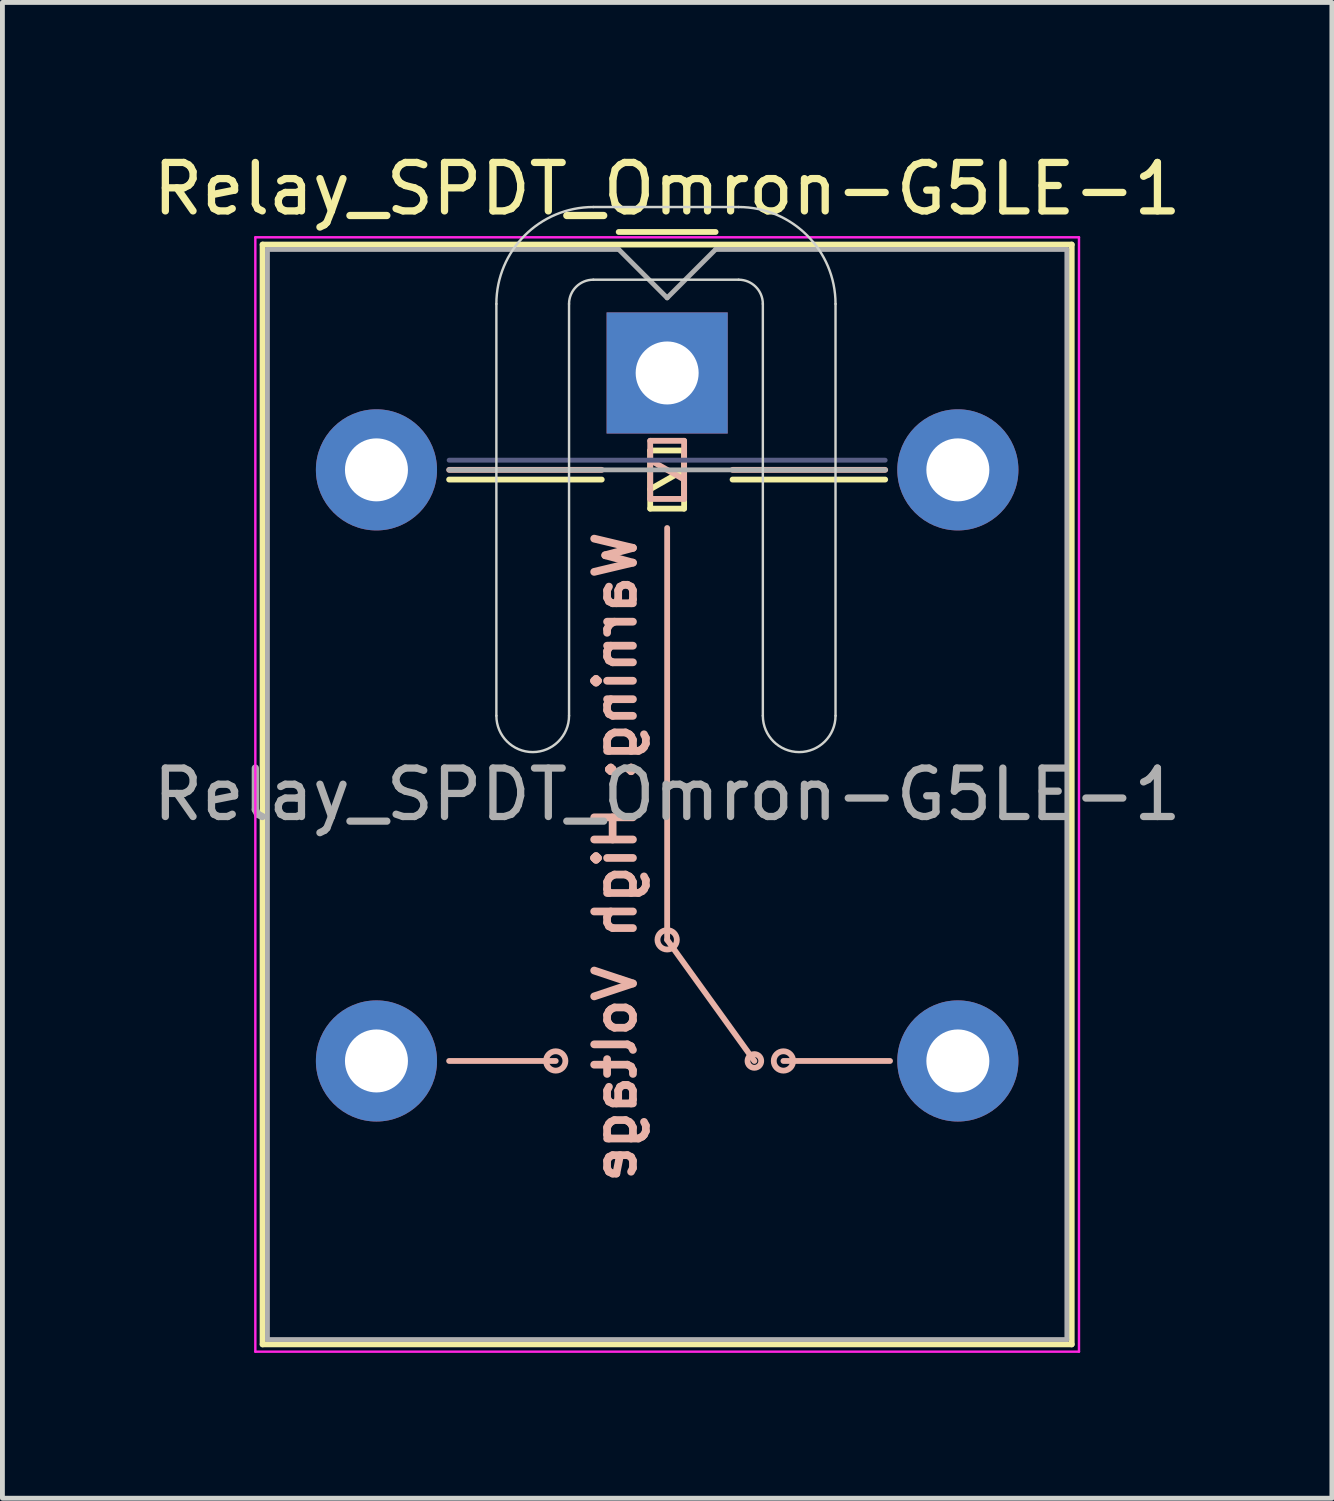
<source format=kicad_pcb>
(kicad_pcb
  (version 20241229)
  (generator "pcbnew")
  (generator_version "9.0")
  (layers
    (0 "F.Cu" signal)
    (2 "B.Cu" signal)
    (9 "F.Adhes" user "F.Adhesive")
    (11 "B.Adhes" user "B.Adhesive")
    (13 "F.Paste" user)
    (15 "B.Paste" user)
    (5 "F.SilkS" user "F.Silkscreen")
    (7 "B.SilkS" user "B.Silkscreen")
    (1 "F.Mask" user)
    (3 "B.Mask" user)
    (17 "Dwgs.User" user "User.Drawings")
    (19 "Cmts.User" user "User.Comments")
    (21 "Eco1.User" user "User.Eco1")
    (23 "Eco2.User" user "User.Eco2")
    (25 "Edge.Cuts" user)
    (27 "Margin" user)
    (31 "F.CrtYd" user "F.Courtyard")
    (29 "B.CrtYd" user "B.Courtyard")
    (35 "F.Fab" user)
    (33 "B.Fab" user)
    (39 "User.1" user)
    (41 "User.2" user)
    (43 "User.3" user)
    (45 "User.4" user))
  (footprint "Relay_SPDT_Omron-G5LE-1"
    (layer "F.Cu")
    (at 10.72 4.648)
    (property "Reference" "Relay_SPDT_Omron-G5LE-1" (at 0 -3.8 0) (layer "F.SilkS") (effects (font (size 1 1) (thickness 0.15))))
    (attr through_hole)
    (fp_line (start -8.35 -2.65) (end -8.35 20.05) (stroke (width 0.12) (type solid)) (layer "F.SilkS"))
    (fp_line (start -8.35 20.05) (end 8.35 20.05) (stroke (width 0.12) (type solid)) (layer "F.SilkS"))
    (fp_line (start -4.5 2.2) (end -1.35 2.2) (stroke (width 0.12) (type solid)) (layer "F.SilkS"))
    (fp_line (start -1 -2.91) (end 1 -2.91) (stroke (width 0.12) (type solid)) (layer "F.SilkS"))
    (fp_line (start -0.35 1.6) (end -0.35 2.8) (stroke (width 0.12) (type solid)) (layer "F.SilkS"))
    (fp_line (start -0.35 2.4) (end 0.35 2) (stroke (width 0.12) (type solid)) (layer "F.SilkS"))
    (fp_line (start -0.35 2.8) (end 0.35 2.8) (stroke (width 0.12) (type solid)) (layer "F.SilkS"))
    (fp_line (start 0.35 1.6) (end -0.35 1.6) (stroke (width 0.12) (type solid)) (layer "F.SilkS"))
    (fp_line (start 0.35 2.8) (end 0.35 1.6) (stroke (width 0.12) (type solid)) (layer "F.SilkS"))
    (fp_line (start 1.35 2.2) (end 4.5 2.2) (stroke (width 0.12) (type solid)) (layer "F.SilkS"))
    (fp_line (start 8.35 -2.65) (end -8.35 -2.65) (stroke (width 0.12) (type solid)) (layer "F.SilkS"))
    (fp_line (start 8.35 20.05) (end 8.35 -2.65) (stroke (width 0.12) (type solid)) (layer "F.SilkS"))
    (fp_line (start -4.5 14.2) (end -2.3 14.2) (stroke (width 0.12) (type default)) (layer "B.SilkS"))
    (fp_line (start -1.35 2) (end -4.5 2) (stroke (width 0.12) (type solid)) (layer "B.SilkS"))
    (fp_line (start -0.35 1.4) (end 0.35 1.4) (stroke (width 0.12) (type solid)) (layer "B.SilkS"))
    (fp_line (start -0.35 2.6) (end -0.35 1.4) (stroke (width 0.12) (type solid)) (layer "B.SilkS"))
    (fp_line (start 0 3.2) (end 0 11.7) (stroke (width 0.12) (type default)) (layer "B.SilkS"))
    (fp_line (start 0 11.7) (end 1.8 14.2) (stroke (width 0.12) (type default)) (layer "B.SilkS"))
    (fp_line (start 0.35 1.4) (end 0.35 2.6) (stroke (width 0.12) (type solid)) (layer "B.SilkS"))
    (fp_line (start 0.35 2.2) (end -0.35 1.8) (stroke (width 0.12) (type solid)) (layer "B.SilkS"))
    (fp_line (start 0.35 2.6) (end -0.35 2.6) (stroke (width 0.12) (type solid)) (layer "B.SilkS"))
    (fp_line (start 4.5 2) (end 1.35 2) (stroke (width 0.12) (type solid)) (layer "B.SilkS"))
    (fp_line (start 4.6 14.2) (end 2.4 14.2) (stroke (width 0.12) (type default)) (layer "B.SilkS"))
    (fp_circle (center -2.3 14.2) (end -2.3 14.4) (stroke (width 0.12) (type default)) (fill no) (layer "B.SilkS"))
    (fp_circle (center 0 11.7) (end 0.2 11.7) (stroke (width 0.12) (type default)) (fill no) (layer "B.SilkS"))
    (fp_circle (center 1.8 14.2) (end 1.9 14.3) (stroke (width 0.12) (type default)) (fill no) (layer "B.SilkS"))
    (fp_circle (center 2.4 14.2) (end 2.4 14) (stroke (width 0.12) (type default)) (fill no) (layer "B.SilkS"))
    (fp_line (start -3.525 7.075) (end -3.525 -1.425) (stroke (width 0.05) (type solid)) (layer "Edge.Cuts"))
    (fp_line (start -2.025 -1.425) (end -2.025 7.075) (stroke (width 0.05) (type solid)) (layer "Edge.Cuts"))
    (fp_line (start -1.525 -1.925) (end 1.475 -1.925) (stroke (width 0.05) (type solid)) (layer "Edge.Cuts"))
    (fp_line (start 1.475 -3.425) (end -1.525 -3.425) (stroke (width 0.05) (type solid)) (layer "Edge.Cuts"))
    (fp_line (start 1.975 -1.425) (end 1.975 7.075) (stroke (width 0.05) (type solid)) (layer "Edge.Cuts"))
    (fp_line (start 3.475 -1.425) (end 3.475 7.075) (stroke (width 0.05) (type solid)) (layer "Edge.Cuts"))
    (fp_arc (start -3.525 -1.425) (mid -2.939214 -2.839214) (end -1.525 -3.425) (stroke (width 0.05) (type solid)) (layer "Edge.Cuts"))
    (fp_arc (start -2.025 -1.425) (mid -1.878553 -1.778553) (end -1.525 -1.925) (stroke (width 0.05) (type solid)) (layer "Edge.Cuts"))
    (fp_arc (start -2.025 7.075) (mid -2.775 7.825) (end -3.525 7.075) (stroke (width 0.05) (type solid)) (layer "Edge.Cuts"))
    (fp_arc (start 1.475 -3.425) (mid 2.889214 -2.839214) (end 3.475 -1.425) (stroke (width 0.05) (type solid)) (layer "Edge.Cuts"))
    (fp_arc (start 1.475 -1.925) (mid 1.828553 -1.778553) (end 1.975 -1.425) (stroke (width 0.05) (type solid)) (layer "Edge.Cuts"))
    (fp_arc (start 3.475 7.075) (mid 2.725 7.825) (end 1.975 7.075) (stroke (width 0.05) (type solid)) (layer "Edge.Cuts"))
    (fp_line (start -8.5 -2.8) (end -8.5 20.2) (stroke (width 0.05) (type solid)) (layer "F.CrtYd"))
    (fp_line (start -8.5 20.2) (end 8.5 20.2) (stroke (width 0.05) (type solid)) (layer "F.CrtYd"))
    (fp_line (start 8.5 -2.8) (end -8.5 -2.8) (stroke (width 0.05) (type solid)) (layer "F.CrtYd"))
    (fp_line (start 8.5 20.2) (end 8.5 -2.8) (stroke (width 0.05) (type solid)) (layer "F.CrtYd"))
    (fp_line (start 4.5 1.8) (end -4.5 1.8) (stroke (width 0.1) (type solid)) (layer "B.Fab"))
    (fp_line (start -8.25 -2.55) (end -1 -2.55) (stroke (width 0.1) (type solid)) (layer "F.Fab"))
    (fp_line (start -8.25 19.95) (end -8.25 -2.55) (stroke (width 0.1) (type solid)) (layer "F.Fab"))
    (fp_line (start -4.5 2) (end 4.5 2) (stroke (width 0.1) (type solid)) (layer "F.Fab"))
    (fp_line (start -1 -2.55) (end 0 -1.55) (stroke (width 0.1) (type solid)) (layer "F.Fab"))
    (fp_line (start 0 -1.55) (end 1 -2.55) (stroke (width 0.1) (type solid)) (layer "F.Fab"))
    (fp_line (start 1 -2.55) (end 8.25 -2.55) (stroke (width 0.1) (type solid)) (layer "F.Fab"))
    (fp_line (start 8.25 -2.55) (end 8.25 19.95) (stroke (width 0.1) (type solid)) (layer "F.Fab"))
    (fp_line (start 8.25 19.95) (end -8.25 19.95) (stroke (width 0.1) (type solid)) (layer "F.Fab"))
    (fp_text user "Warning: High Voltage" (at -0.6 3.2 90) (unlocked yes) (layer "B.SilkS") (effects (font (size 0.8 0.8) (thickness 0.16) (bold yes)) (justify left bottom mirror)))
    (fp_text user "${REFERENCE}" (at 0 8.7 0) (layer "F.Fab") (effects (font (size 1 1) (thickness 0.15))))
    (pad "1" thru_hole rect (at 0 0) (size 2.5 2.5) (drill 1.3) (layers "*.Cu" "*.Mask"))
    (pad "2" thru_hole oval (at -6 2) (size 2.5 2.5) (drill 1.3) (layers "*.Cu" "*.Mask"))
    (pad "3" thru_hole oval (at -6 14.2) (size 2.5 2.5) (drill 1.3) (layers "*.Cu" "*.Mask"))
    (pad "4" thru_hole oval (at 6 14.2) (size 2.5 2.5) (drill 1.3) (layers "*.Cu" "*.Mask"))
    (pad "5" thru_hole oval (at 6 2) (size 2.5 2.5) (drill 1.3) (layers "*.Cu" "*.Mask")))
  (gr_rect
    (start -3 -3)
    (end 24.44 27.873)
    (stroke (width 0.1) (type default))
    (fill no)
    (layer "Edge.Cuts")))
</source>
